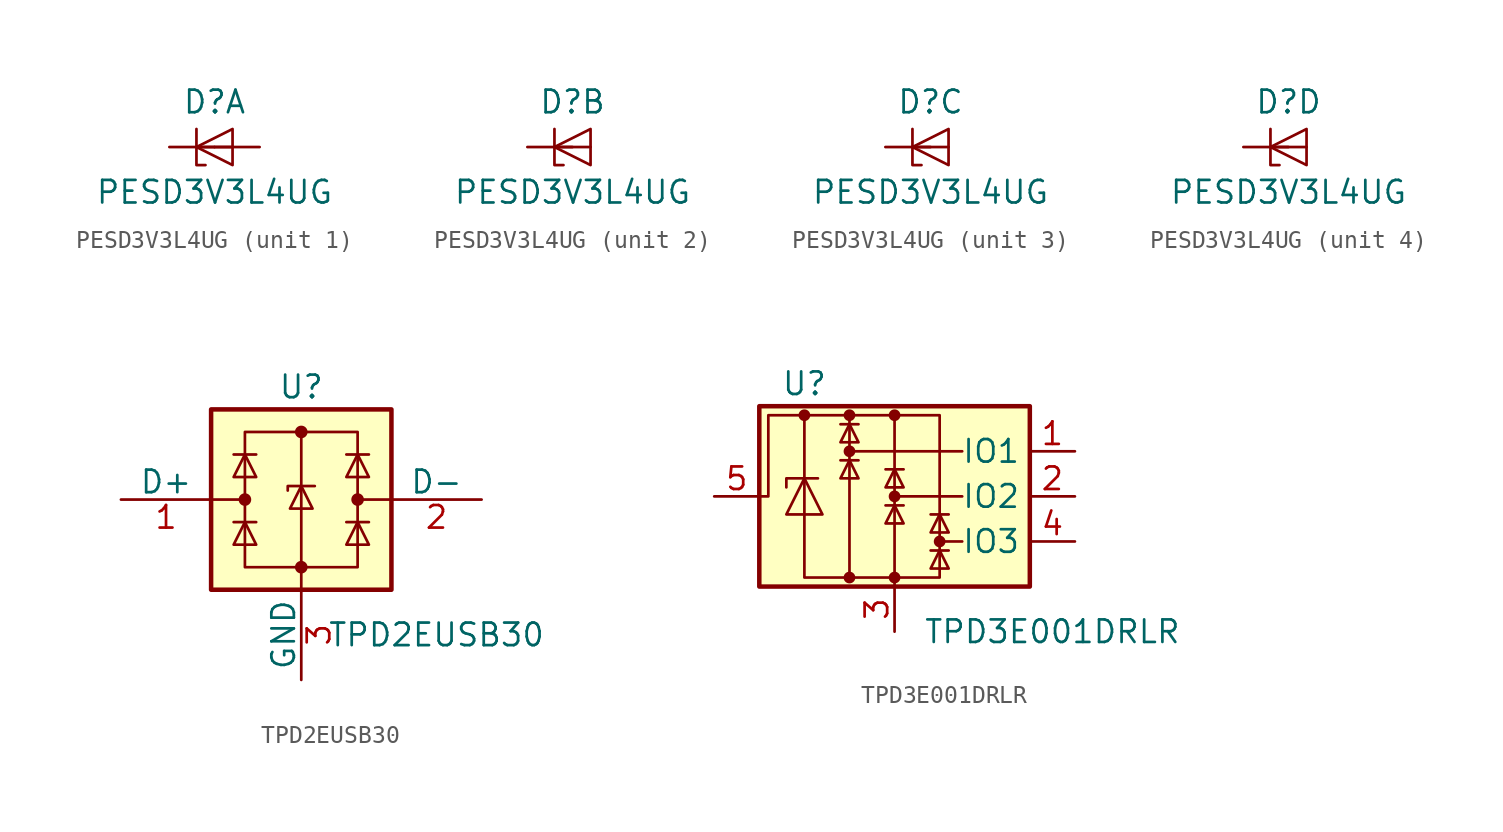
<source format=kicad_sym>
(kicad_symbol_lib
  (version 20201005)
  (generator kicad_symbol_editor)
  (symbol "PESD3V3L4UG"
    (pin_numbers hide)
    (pin_names hide)
    (property "Reference" "D"
      (at 0 2.54 0)
      (effects (font (size 1.27 1.27))))
    (property "Value" "PESD3V3L4UG"
      (at 0 -2.54 0)
      (effects (font (size 1.27 1.27))))
    (property "ki_locked" ""
      (at 0 0 0)
      (effects (font (size 1.27 1.27))))
    (symbol "PESD3V3L4UG_0_1"
      (polyline (pts (xy -1.016 0) (xy 1.016 0)) (stroke (width 0)) (fill (type none)))
      (polyline (pts (xy -1.016 1.016) (xy -1.016 -1.016) (xy -0.508 -1.016)) (stroke (width 0)) (fill (type none)))
      (polyline (pts (xy 1.016 1.016) (xy -1.016 0) (xy 1.016 -1.016) (xy 1.016 1.016)) (stroke (width 0)) (fill (type none))))
    (symbol "PESD3V3L4UG_1_1"
      (pin passive line (at -2.54 0 0) (length 2.54) (name "K1" (effects (font (size 1.27 1.27)))) (number "1" (effects (font (size 1.27 1.27)))))
      (pin passive line (at 2.54 0 180) (length 2.54) (name "A" (effects (font (size 1.27 1.27)))) (number "2" (effects (font (size 1.27 1.27))))))
    (symbol "PESD3V3L4UG_2_1"
      (pin passive line (at -2.54 0 0) (length 2.54) (name "K2" (effects (font (size 1.27 1.27)))) (number "3" (effects (font (size 1.27 1.27))))))
    (symbol "PESD3V3L4UG_3_1"
      (pin passive line (at -2.54 0 0) (length 2.54) (name "K3" (effects (font (size 1.27 1.27)))) (number "4" (effects (font (size 1.27 1.27))))))
    (symbol "PESD3V3L4UG_4_1"
      (pin passive line (at -2.54 0 0) (length 2.54) (name "K4" (effects (font (size 1.27 1.27)))) (number "5" (effects (font (size 1.27 1.27)))))))
  (symbol "TPD2EUSB30"
    (pin_names
      (offset 0))
    (property "Reference" "U"
      (at 0 6.35 0)
      (effects (font (size 1.27 1.27))))
    (property "Value" "TPD2EUSB30"
      (at 7.62 -7.62 0)
      (effects (font (size 1.27 1.27))))
    (symbol "TPD2EUSB30_0_1"
      (circle (center -3.175 0) (radius 0.279) (stroke (width 0)) (fill (type outline)))
      (circle (center 0 -3.81) (radius 0.279) (stroke (width 0)) (fill (type outline)))
      (circle (center 0 3.81) (radius 0.279) (stroke (width 0)) (fill (type outline)))
      (circle (center 3.175 0) (radius 0.279) (stroke (width 0)) (fill (type outline)))
      (rectangle (start -3.175 3.81) (end 3.175 -3.81) (stroke (width 0)) (fill (type none)))
      (rectangle (start -5.08 5.08) (end 5.08 -5.08) (stroke (width 0.254)) (fill (type background)))
      (polyline (pts (xy -5.08 0) (xy -3.175 0)) (stroke (width 0)) (fill (type none)))
      (polyline (pts (xy -3.81 -1.27) (xy -2.54 -1.27)) (stroke (width 0)) (fill (type none)))
      (polyline (pts (xy -3.81 2.54) (xy -2.54 2.54)) (stroke (width 0)) (fill (type none)))
      (polyline (pts (xy 0 3.81) (xy 0 -5.08)) (stroke (width 0)) (fill (type none)))
      (polyline (pts (xy 2.54 -1.27) (xy 3.81 -1.27)) (stroke (width 0)) (fill (type none)))
      (polyline (pts (xy 2.54 2.54) (xy 3.81 2.54)) (stroke (width 0)) (fill (type none)))
      (polyline (pts (xy 5.08 0) (xy 3.175 0)) (stroke (width 0)) (fill (type none)))
      (polyline (pts (xy 0.762 0.762) (xy -0.762 0.762) (xy -0.762 0.508)) (stroke (width 0)) (fill (type none)))
      (polyline (pts (xy -2.54 -2.54) (xy -3.81 -2.54) (xy -3.175 -1.27) (xy -2.54 -2.54)) (stroke (width 0)) (fill (type none)))
      (polyline (pts (xy -2.54 1.27) (xy -3.81 1.27) (xy -3.175 2.54) (xy -2.54 1.27)) (stroke (width 0)) (fill (type none)))
      (polyline (pts (xy 0.635 -0.508) (xy -0.635 -0.508) (xy 0 0.762) (xy 0.635 -0.508)) (stroke (width 0)) (fill (type none)))
      (polyline (pts (xy 3.81 -2.54) (xy 2.54 -2.54) (xy 3.175 -1.27) (xy 3.81 -2.54)) (stroke (width 0)) (fill (type none)))
      (polyline (pts (xy 3.81 1.27) (xy 2.54 1.27) (xy 3.175 2.54) (xy 3.81 1.27)) (stroke (width 0)) (fill (type none))))
    (symbol "TPD2EUSB30_1_1"
      (pin passive line (at -10.16 0 0) (length 5.08) (name "D+" (effects (font (size 1.27 1.27)))) (number "1" (effects (font (size 1.27 1.27)))))
      (pin passive line (at 10.16 0 180) (length 5.08) (name "D-" (effects (font (size 1.27 1.27)))) (number "2" (effects (font (size 1.27 1.27)))))
      (pin passive line (at 0 -10.16 90) (length 5.08) (name "GND" (effects (font (size 1.27 1.27)))) (number "3" (effects (font (size 1.27 1.27)))))))
  (symbol "TPD3E001DRLR"
    (property "Reference" "U"
      (at -5.08 6.35 0)
      (effects (font (size 1.27 1.27))))
    (property "Value" "TPD3E001DRLR"
      (at 8.89 -7.62 0)
      (effects (font (size 1.27 1.27))))
    (symbol "TPD3E001DRLR_0_1"
      (circle (center -5.08 4.572) (radius 0.254) (stroke (width 0)) (fill (type outline)))
      (circle (center -2.54 -4.572) (radius 0.254) (stroke (width 0)) (fill (type outline)))
      (circle (center -2.54 2.54) (radius 0.254) (stroke (width 0)) (fill (type outline)))
      (circle (center -2.54 4.572) (radius 0.254) (stroke (width 0)) (fill (type outline)))
      (circle (center 0 -4.572) (radius 0.254) (stroke (width 0)) (fill (type outline)))
      (circle (center 0 0) (radius 0.254) (stroke (width 0)) (fill (type outline)))
      (circle (center 0 4.572) (radius 0.254) (stroke (width 0)) (fill (type outline)))
      (circle (center 2.54 -2.54) (radius 0.254) (stroke (width 0)) (fill (type outline)))
      (rectangle (start 2.54 -4.572) (end -5.08 4.572) (stroke (width 0)) (fill (type none)))
      (rectangle (start -7.62 5.08) (end 7.62 -5.08) (stroke (width 0.254)) (fill (type background)))
      (polyline (pts (xy -2.54 2.54) (xy 3.81 2.54)) (stroke (width 0)) (fill (type none)))
      (polyline (pts (xy -2.54 4.572) (xy -2.54 -4.572)) (stroke (width 0)) (fill (type none)))
      (polyline (pts (xy -2.032 2.032) (xy -3.048 2.032)) (stroke (width 0)) (fill (type none)))
      (polyline (pts (xy -2.032 4.064) (xy -3.048 4.064)) (stroke (width 0)) (fill (type none)))
      (polyline (pts (xy 0 -5.08) (xy 0 4.572)) (stroke (width 0)) (fill (type none)))
      (polyline (pts (xy 0 0) (xy 3.81 0)) (stroke (width 0)) (fill (type none)))
      (polyline (pts (xy 0.508 -0.508) (xy -0.508 -0.508)) (stroke (width 0)) (fill (type none)))
      (polyline (pts (xy 0.508 1.524) (xy -0.508 1.524)) (stroke (width 0)) (fill (type none)))
      (polyline (pts (xy 2.54 -2.54) (xy 3.81 -2.54)) (stroke (width 0)) (fill (type none)))
      (polyline (pts (xy 3.048 -3.048) (xy 2.032 -3.048)) (stroke (width 0)) (fill (type none)))
      (polyline (pts (xy 3.048 -1.016) (xy 2.032 -1.016)) (stroke (width 0)) (fill (type none)))
      (polyline (pts (xy -4.318 1.016) (xy -6.096 1.016) (xy -6.096 0.508)) (stroke (width 0)) (fill (type none)))
      (polyline (pts (xy -7.62 0) (xy -7.112 0) (xy -7.112 4.572) (xy -5.08 4.572)) (stroke (width 0)) (fill (type none)))
      (polyline (pts (xy -5.08 1.016) (xy -6.096 -1.016) (xy -4.064 -1.016) (xy -5.08 1.016)) (stroke (width 0)) (fill (type none)))
      (polyline (pts (xy -2.54 2.032) (xy -3.048 1.016) (xy -2.032 1.016) (xy -2.54 2.032)) (stroke (width 0)) (fill (type none)))
      (polyline (pts (xy -2.54 4.064) (xy -3.048 3.048) (xy -2.032 3.048) (xy -2.54 4.064)) (stroke (width 0)) (fill (type none)))
      (polyline (pts (xy 0 -0.508) (xy -0.508 -1.524) (xy 0.508 -1.524) (xy 0 -0.508)) (stroke (width 0)) (fill (type none)))
      (polyline (pts (xy 0 1.524) (xy -0.508 0.508) (xy 0.508 0.508) (xy 0 1.524)) (stroke (width 0)) (fill (type none)))
      (polyline (pts (xy 2.54 -3.048) (xy 2.032 -4.064) (xy 3.048 -4.064) (xy 2.54 -3.048)) (stroke (width 0)) (fill (type none)))
      (polyline (pts (xy 2.54 -1.016) (xy 2.032 -2.032) (xy 3.048 -2.032) (xy 2.54 -1.016)) (stroke (width 0)) (fill (type none))))
    (symbol "TPD3E001DRLR_1_1"
      (pin passive line (at 10.16 2.54 180) (length 2.54) (name "IO1" (effects (font (size 1.27 1.27)))) (number "1" (effects (font (size 1.27 1.27)))))
      (pin passive line (at 10.16 0 180) (length 2.54) (name "IO2" (effects (font (size 1.27 1.27)))) (number "2" (effects (font (size 1.27 1.27)))))
      (pin passive line (at 0 -7.62 90) (length 2.54) (name "~" (effects (font (size 1.27 1.27)))) (number "3" (effects (font (size 1.27 1.27)))))
      (pin passive line (at 10.16 -2.54 180) (length 2.54) (name "IO3" (effects (font (size 1.27 1.27)))) (number "4" (effects (font (size 1.27 1.27)))))
      (pin passive line (at -10.16 0 0) (length 2.54) (name "~" (effects (font (size 1.27 1.27)))) (number "5" (effects (font (size 1.27 1.27))))))))
</source>
